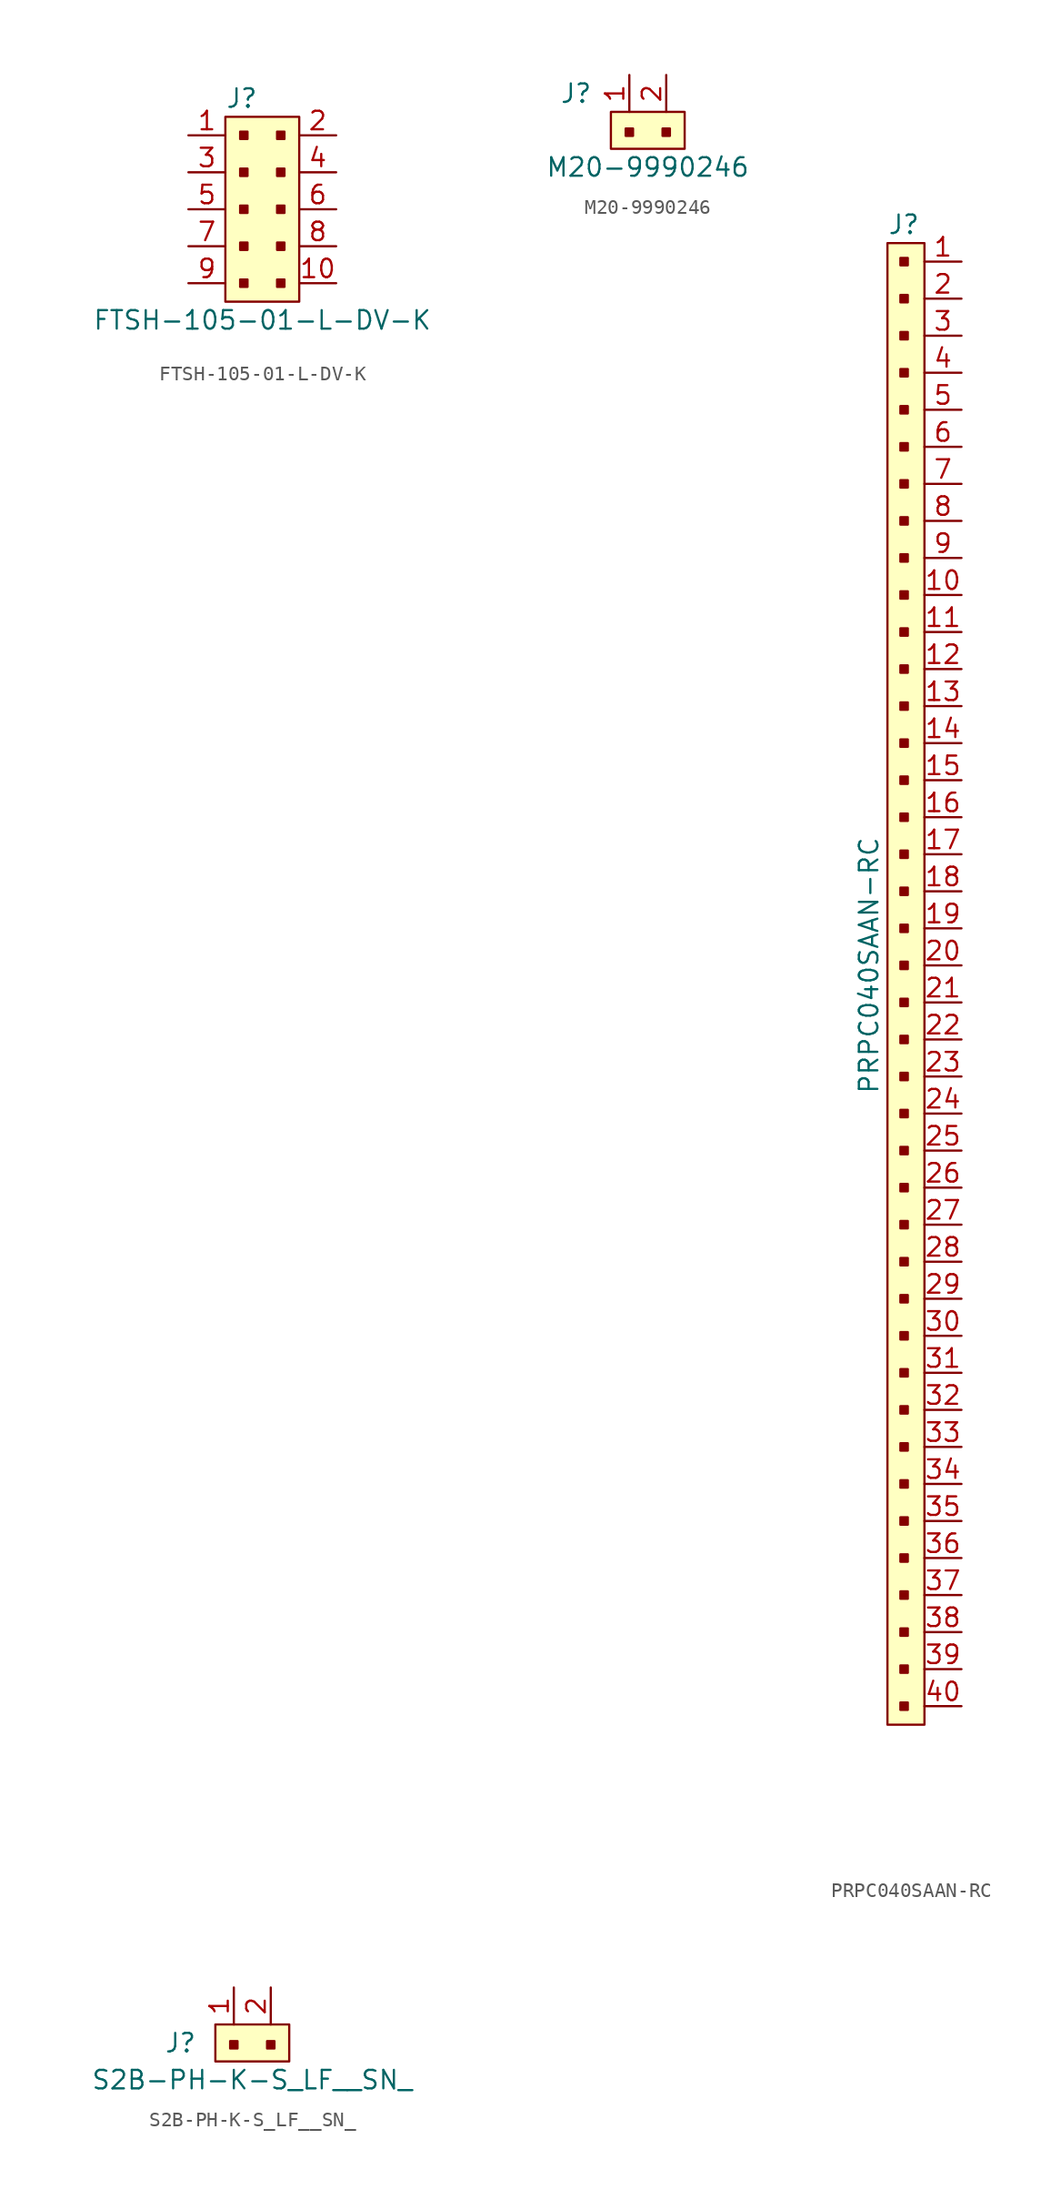
<source format=kicad_sym>
(kicad_symbol_lib
  (version 20220914)
  (generator kicad_symbol_editor)
  (symbol "FTSH-105-01-L-DV-K"
    (pin_names
      (offset 1.016))
    (property "Reference" "J"
      (at -2.54 7.62 0)
      (effects (font (size 1.27 1.27)) (justify left)))
    (property "Value" "FTSH-105-01-L-DV-K"
      (at 0 -7.62 0)
      (effects (font (size 1.27 1.27))))
    (symbol "FTSH-105-01-L-DV-K_1_1"
      (rectangle (start -2.54 6.35) (end 2.54 -6.35) (stroke (width 0) (type default)) (fill (type background)))
      (rectangle (start -1.524 -4.826) (end -1.016 -5.334) (stroke (width 0) (type default)) (fill (type outline)))
      (rectangle (start -1.524 -2.286) (end -1.016 -2.794) (stroke (width 0) (type default)) (fill (type outline)))
      (rectangle (start -1.524 0.254) (end -1.016 -0.254) (stroke (width 0) (type default)) (fill (type outline)))
      (rectangle (start -1.524 2.794) (end -1.016 2.286) (stroke (width 0) (type default)) (fill (type outline)))
      (rectangle (start -1.524 5.334) (end -1.016 4.826) (stroke (width 0) (type default)) (fill (type outline)))
      (rectangle (start 1.016 -4.826) (end 1.524 -5.334) (stroke (width 0) (type default)) (fill (type outline)))
      (rectangle (start 1.016 -2.286) (end 1.524 -2.794) (stroke (width 0) (type default)) (fill (type outline)))
      (rectangle (start 1.016 0.254) (end 1.524 -0.254) (stroke (width 0) (type default)) (fill (type outline)))
      (rectangle (start 1.016 2.794) (end 1.524 2.286) (stroke (width 0) (type default)) (fill (type outline)))
      (rectangle (start 1.016 5.334) (end 1.524 4.826) (stroke (width 0) (type default)) (fill (type outline)))
      (pin passive line (at -5.08 5.08 0) (length 2.54) (name "~" (effects (font (size 1.27 1.27)))) (number "1" (effects (font (size 1.27 1.27)))))
      (pin passive line (at 5.08 -5.08 180) (length 2.54) (name "~" (effects (font (size 1.27 1.27)))) (number "10" (effects (font (size 1.27 1.27)))))
      (pin passive line (at 5.08 5.08 180) (length 2.54) (name "~" (effects (font (size 1.27 1.27)))) (number "2" (effects (font (size 1.27 1.27)))))
      (pin passive line (at -5.08 2.54 0) (length 2.54) (name "~" (effects (font (size 1.27 1.27)))) (number "3" (effects (font (size 1.27 1.27)))))
      (pin passive line (at 5.08 2.54 180) (length 2.54) (name "~" (effects (font (size 1.27 1.27)))) (number "4" (effects (font (size 1.27 1.27)))))
      (pin passive line (at -5.08 0 0) (length 2.54) (name "~" (effects (font (size 1.27 1.27)))) (number "5" (effects (font (size 1.27 1.27)))))
      (pin passive line (at 5.08 0 180) (length 2.54) (name "~" (effects (font (size 1.27 1.27)))) (number "6" (effects (font (size 1.27 1.27)))))
      (pin passive line (at -5.08 -2.54 0) (length 2.54) (name "~" (effects (font (size 1.27 1.27)))) (number "7" (effects (font (size 1.27 1.27)))))
      (pin passive line (at 5.08 -2.54 180) (length 2.54) (name "~" (effects (font (size 1.27 1.27)))) (number "8" (effects (font (size 1.27 1.27)))))
      (pin passive line (at -5.08 -5.08 0) (length 2.54) (name "~" (effects (font (size 1.27 1.27)))) (number "9" (effects (font (size 1.27 1.27)))))))
  (symbol "M20-9990246"
    (pin_names
      (offset 1.016))
    (property "Reference" "J"
      (at -2.54 1.27 0)
      (effects (font (size 1.27 1.27)) (justify right)))
    (property "Value" "M20-9990246"
      (at 1.27 -3.81 0)
      (effects (font (size 1.27 1.27))))
    (symbol "M20-9990246_1_1"
      (rectangle (start -1.27 0) (end 3.81 -2.54) (stroke (width 0) (type default)) (fill (type background)))
      (rectangle (start -0.254 -1.143) (end 0.254 -1.651) (stroke (width 0) (type default)) (fill (type outline)))
      (rectangle (start 2.286 -1.143) (end 2.794 -1.651) (stroke (width 0) (type default)) (fill (type outline)))
      (pin passive line (at 0 2.54 270) (length 2.54) (name "~" (effects (font (size 1.27 1.27)))) (number "1" (effects (font (size 1.27 1.27)))))
      (pin passive line (at 2.54 2.54 270) (length 2.54) (name "~" (effects (font (size 1.27 1.27)))) (number "2" (effects (font (size 1.27 1.27)))))))
  (symbol "PRPC040SAAN-RC"
    (pin_names
      (offset 1.016) hide)
    (property "Reference" "J"
      (at -2.54 2.54 0)
      (effects (font (size 1.27 1.27)) (justify left)))
    (property "Value" "PRPC040SAAN-RC"
      (at -3.81 -48.26 90)
      (effects (font (size 1.27 1.27))))
    (symbol "PRPC040SAAN-RC_1_1"
      (rectangle (start -1.143 -98.806) (end -1.651 -99.314) (stroke (width 0) (type default)) (fill (type outline)))
      (rectangle (start -1.143 -96.266) (end -1.651 -96.774) (stroke (width 0) (type default)) (fill (type outline)))
      (rectangle (start -1.143 -93.726) (end -1.651 -94.234) (stroke (width 0) (type default)) (fill (type outline)))
      (rectangle (start -1.143 -91.186) (end -1.651 -91.694) (stroke (width 0) (type default)) (fill (type outline)))
      (rectangle (start -1.143 -88.646) (end -1.651 -89.154) (stroke (width 0) (type default)) (fill (type outline)))
      (rectangle (start -1.143 -86.106) (end -1.651 -86.614) (stroke (width 0) (type default)) (fill (type outline)))
      (rectangle (start -1.143 -83.566) (end -1.651 -84.074) (stroke (width 0) (type default)) (fill (type outline)))
      (rectangle (start -1.143 -81.026) (end -1.651 -81.534) (stroke (width 0) (type default)) (fill (type outline)))
      (rectangle (start -1.143 -78.486) (end -1.651 -78.994) (stroke (width 0) (type default)) (fill (type outline)))
      (rectangle (start -1.143 -75.946) (end -1.651 -76.454) (stroke (width 0) (type default)) (fill (type outline)))
      (rectangle (start -1.143 -73.406) (end -1.651 -73.914) (stroke (width 0) (type default)) (fill (type outline)))
      (rectangle (start -1.143 -70.866) (end -1.651 -71.374) (stroke (width 0) (type default)) (fill (type outline)))
      (rectangle (start -1.143 -68.326) (end -1.651 -68.834) (stroke (width 0) (type default)) (fill (type outline)))
      (rectangle (start -1.143 -65.786) (end -1.651 -66.294) (stroke (width 0) (type default)) (fill (type outline)))
      (rectangle (start -1.143 -63.246) (end -1.651 -63.754) (stroke (width 0) (type default)) (fill (type outline)))
      (rectangle (start -1.143 -60.706) (end -1.651 -61.214) (stroke (width 0) (type default)) (fill (type outline)))
      (rectangle (start -1.143 -58.166) (end -1.651 -58.674) (stroke (width 0) (type default)) (fill (type outline)))
      (rectangle (start -1.143 -55.626) (end -1.651 -56.134) (stroke (width 0) (type default)) (fill (type outline)))
      (rectangle (start -1.143 -53.086) (end -1.651 -53.594) (stroke (width 0) (type default)) (fill (type outline)))
      (rectangle (start -1.143 -50.546) (end -1.651 -51.054) (stroke (width 0) (type default)) (fill (type outline)))
      (rectangle (start -1.143 -48.006) (end -1.651 -48.514) (stroke (width 0) (type default)) (fill (type outline)))
      (rectangle (start -1.143 -45.466) (end -1.651 -45.974) (stroke (width 0) (type default)) (fill (type outline)))
      (rectangle (start -1.143 -42.926) (end -1.651 -43.434) (stroke (width 0) (type default)) (fill (type outline)))
      (rectangle (start -1.143 -40.386) (end -1.651 -40.894) (stroke (width 0) (type default)) (fill (type outline)))
      (rectangle (start -1.143 -37.846) (end -1.651 -38.354) (stroke (width 0) (type default)) (fill (type outline)))
      (rectangle (start -1.143 -35.306) (end -1.651 -35.814) (stroke (width 0) (type default)) (fill (type outline)))
      (rectangle (start -1.143 -32.766) (end -1.651 -33.274) (stroke (width 0) (type default)) (fill (type outline)))
      (rectangle (start -1.143 -30.226) (end -1.651 -30.734) (stroke (width 0) (type default)) (fill (type outline)))
      (rectangle (start -1.143 -27.686) (end -1.651 -28.194) (stroke (width 0) (type default)) (fill (type outline)))
      (rectangle (start -1.143 -25.146) (end -1.651 -25.654) (stroke (width 0) (type default)) (fill (type outline)))
      (rectangle (start -1.143 -22.606) (end -1.651 -23.114) (stroke (width 0) (type default)) (fill (type outline)))
      (rectangle (start -1.143 -20.066) (end -1.651 -20.574) (stroke (width 0) (type default)) (fill (type outline)))
      (rectangle (start -1.143 -17.526) (end -1.651 -18.034) (stroke (width 0) (type default)) (fill (type outline)))
      (rectangle (start -1.143 -14.986) (end -1.651 -15.494) (stroke (width 0) (type default)) (fill (type outline)))
      (rectangle (start -1.143 -12.446) (end -1.651 -12.954) (stroke (width 0) (type default)) (fill (type outline)))
      (rectangle (start -1.143 -9.906) (end -1.651 -10.414) (stroke (width 0) (type default)) (fill (type outline)))
      (rectangle (start -1.143 -7.366) (end -1.651 -7.874) (stroke (width 0) (type default)) (fill (type outline)))
      (rectangle (start -1.143 -4.826) (end -1.651 -5.334) (stroke (width 0) (type default)) (fill (type outline)))
      (rectangle (start -1.143 -2.286) (end -1.651 -2.794) (stroke (width 0) (type default)) (fill (type outline)))
      (rectangle (start -1.143 0.254) (end -1.651 -0.254) (stroke (width 0) (type default)) (fill (type outline)))
      (rectangle (start 0 1.27) (end -2.54 -100.33) (stroke (width 0) (type default)) (fill (type background)))
      (pin passive line (at 2.54 0 180) (length 2.54) (name "~" (effects (font (size 1.27 1.27)))) (number "1" (effects (font (size 1.27 1.27)))))
      (pin passive line (at 2.54 -22.86 180) (length 2.54) (name "~" (effects (font (size 1.27 1.27)))) (number "10" (effects (font (size 1.27 1.27)))))
      (pin passive line (at 2.54 -25.4 180) (length 2.54) (name "~" (effects (font (size 1.27 1.27)))) (number "11" (effects (font (size 1.27 1.27)))))
      (pin passive line (at 2.54 -27.94 180) (length 2.54) (name "~" (effects (font (size 1.27 1.27)))) (number "12" (effects (font (size 1.27 1.27)))))
      (pin passive line (at 2.54 -30.48 180) (length 2.54) (name "~" (effects (font (size 1.27 1.27)))) (number "13" (effects (font (size 1.27 1.27)))))
      (pin passive line (at 2.54 -33.02 180) (length 2.54) (name "~" (effects (font (size 1.27 1.27)))) (number "14" (effects (font (size 1.27 1.27)))))
      (pin passive line (at 2.54 -35.56 180) (length 2.54) (name "~" (effects (font (size 1.27 1.27)))) (number "15" (effects (font (size 1.27 1.27)))))
      (pin passive line (at 2.54 -38.1 180) (length 2.54) (name "~" (effects (font (size 1.27 1.27)))) (number "16" (effects (font (size 1.27 1.27)))))
      (pin passive line (at 2.54 -40.64 180) (length 2.54) (name "~" (effects (font (size 1.27 1.27)))) (number "17" (effects (font (size 1.27 1.27)))))
      (pin passive line (at 2.54 -43.18 180) (length 2.54) (name "~" (effects (font (size 1.27 1.27)))) (number "18" (effects (font (size 1.27 1.27)))))
      (pin passive line (at 2.54 -45.72 180) (length 2.54) (name "~" (effects (font (size 1.27 1.27)))) (number "19" (effects (font (size 1.27 1.27)))))
      (pin passive line (at 2.54 -2.54 180) (length 2.54) (name "~" (effects (font (size 1.27 1.27)))) (number "2" (effects (font (size 1.27 1.27)))))
      (pin passive line (at 2.54 -48.26 180) (length 2.54) (name "~" (effects (font (size 1.27 1.27)))) (number "20" (effects (font (size 1.27 1.27)))))
      (pin passive line (at 2.54 -50.8 180) (length 2.54) (name "~" (effects (font (size 1.27 1.27)))) (number "21" (effects (font (size 1.27 1.27)))))
      (pin passive line (at 2.54 -53.34 180) (length 2.54) (name "~" (effects (font (size 1.27 1.27)))) (number "22" (effects (font (size 1.27 1.27)))))
      (pin passive line (at 2.54 -55.88 180) (length 2.54) (name "~" (effects (font (size 1.27 1.27)))) (number "23" (effects (font (size 1.27 1.27)))))
      (pin passive line (at 2.54 -58.42 180) (length 2.54) (name "~" (effects (font (size 1.27 1.27)))) (number "24" (effects (font (size 1.27 1.27)))))
      (pin passive line (at 2.54 -60.96 180) (length 2.54) (name "~" (effects (font (size 1.27 1.27)))) (number "25" (effects (font (size 1.27 1.27)))))
      (pin passive line (at 2.54 -63.5 180) (length 2.54) (name "~" (effects (font (size 1.27 1.27)))) (number "26" (effects (font (size 1.27 1.27)))))
      (pin passive line (at 2.54 -66.04 180) (length 2.54) (name "~" (effects (font (size 1.27 1.27)))) (number "27" (effects (font (size 1.27 1.27)))))
      (pin passive line (at 2.54 -68.58 180) (length 2.54) (name "~" (effects (font (size 1.27 1.27)))) (number "28" (effects (font (size 1.27 1.27)))))
      (pin passive line (at 2.54 -71.12 180) (length 2.54) (name "~" (effects (font (size 1.27 1.27)))) (number "29" (effects (font (size 1.27 1.27)))))
      (pin passive line (at 2.54 -5.08 180) (length 2.54) (name "~" (effects (font (size 1.27 1.27)))) (number "3" (effects (font (size 1.27 1.27)))))
      (pin passive line (at 2.54 -73.66 180) (length 2.54) (name "~" (effects (font (size 1.27 1.27)))) (number "30" (effects (font (size 1.27 1.27)))))
      (pin passive line (at 2.54 -76.2 180) (length 2.54) (name "~" (effects (font (size 1.27 1.27)))) (number "31" (effects (font (size 1.27 1.27)))))
      (pin passive line (at 2.54 -78.74 180) (length 2.54) (name "~" (effects (font (size 1.27 1.27)))) (number "32" (effects (font (size 1.27 1.27)))))
      (pin passive line (at 2.54 -81.28 180) (length 2.54) (name "~" (effects (font (size 1.27 1.27)))) (number "33" (effects (font (size 1.27 1.27)))))
      (pin passive line (at 2.54 -83.82 180) (length 2.54) (name "~" (effects (font (size 1.27 1.27)))) (number "34" (effects (font (size 1.27 1.27)))))
      (pin passive line (at 2.54 -86.36 180) (length 2.54) (name "~" (effects (font (size 1.27 1.27)))) (number "35" (effects (font (size 1.27 1.27)))))
      (pin passive line (at 2.54 -88.9 180) (length 2.54) (name "~" (effects (font (size 1.27 1.27)))) (number "36" (effects (font (size 1.27 1.27)))))
      (pin passive line (at 2.54 -91.44 180) (length 2.54) (name "~" (effects (font (size 1.27 1.27)))) (number "37" (effects (font (size 1.27 1.27)))))
      (pin passive line (at 2.54 -93.98 180) (length 2.54) (name "~" (effects (font (size 1.27 1.27)))) (number "38" (effects (font (size 1.27 1.27)))))
      (pin passive line (at 2.54 -96.52 180) (length 2.54) (name "~" (effects (font (size 1.27 1.27)))) (number "39" (effects (font (size 1.27 1.27)))))
      (pin passive line (at 2.54 -7.62 180) (length 2.54) (name "~" (effects (font (size 1.27 1.27)))) (number "4" (effects (font (size 1.27 1.27)))))
      (pin passive line (at 2.54 -99.06 180) (length 2.54) (name "~" (effects (font (size 1.27 1.27)))) (number "40" (effects (font (size 1.27 1.27)))))
      (pin passive line (at 2.54 -10.16 180) (length 2.54) (name "~" (effects (font (size 1.27 1.27)))) (number "5" (effects (font (size 1.27 1.27)))))
      (pin passive line (at 2.54 -12.7 180) (length 2.54) (name "~" (effects (font (size 1.27 1.27)))) (number "6" (effects (font (size 1.27 1.27)))))
      (pin passive line (at 2.54 -15.24 180) (length 2.54) (name "~" (effects (font (size 1.27 1.27)))) (number "7" (effects (font (size 1.27 1.27)))))
      (pin passive line (at 2.54 -17.78 180) (length 2.54) (name "~" (effects (font (size 1.27 1.27)))) (number "8" (effects (font (size 1.27 1.27)))))
      (pin passive line (at 2.54 -20.32 180) (length 2.54) (name "~" (effects (font (size 1.27 1.27)))) (number "9" (effects (font (size 1.27 1.27)))))))
  (symbol "S2B-PH-K-S_LF__SN_"
    (pin_names
      (offset 1.016))
    (property "Reference" "J"
      (at -2.54 -1.27 0)
      (effects (font (size 1.27 1.27)) (justify right)))
    (property "Value" "S2B-PH-K-S_LF__SN_"
      (at 1.27 -3.81 0)
      (effects (font (size 1.27 1.27))))
    (symbol "S2B-PH-K-S_LF__SN__1_1"
      (rectangle (start -1.27 0) (end 3.81 -2.54) (stroke (width 0) (type default)) (fill (type background)))
      (rectangle (start -0.254 -1.143) (end 0.254 -1.651) (stroke (width 0) (type default)) (fill (type outline)))
      (rectangle (start 2.286 -1.143) (end 2.794 -1.651) (stroke (width 0) (type default)) (fill (type outline)))
      (pin passive line (at 0 2.54 270) (length 2.54) (name "~" (effects (font (size 1.27 1.27)))) (number "1" (effects (font (size 1.27 1.27)))))
      (pin passive line (at 2.54 2.54 270) (length 2.54) (name "~" (effects (font (size 1.27 1.27)))) (number "2" (effects (font (size 1.27 1.27))))))))
</source>
